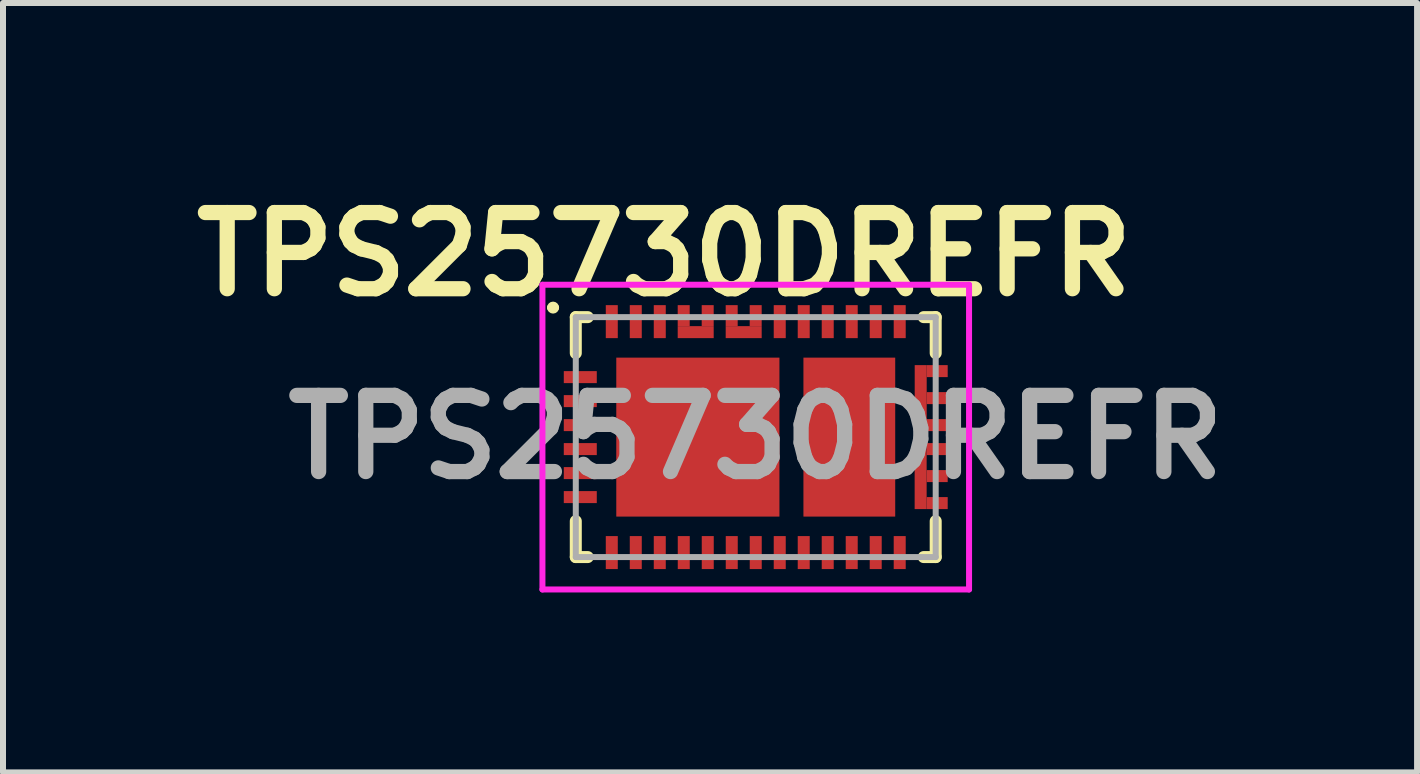
<source format=kicad_pcb>
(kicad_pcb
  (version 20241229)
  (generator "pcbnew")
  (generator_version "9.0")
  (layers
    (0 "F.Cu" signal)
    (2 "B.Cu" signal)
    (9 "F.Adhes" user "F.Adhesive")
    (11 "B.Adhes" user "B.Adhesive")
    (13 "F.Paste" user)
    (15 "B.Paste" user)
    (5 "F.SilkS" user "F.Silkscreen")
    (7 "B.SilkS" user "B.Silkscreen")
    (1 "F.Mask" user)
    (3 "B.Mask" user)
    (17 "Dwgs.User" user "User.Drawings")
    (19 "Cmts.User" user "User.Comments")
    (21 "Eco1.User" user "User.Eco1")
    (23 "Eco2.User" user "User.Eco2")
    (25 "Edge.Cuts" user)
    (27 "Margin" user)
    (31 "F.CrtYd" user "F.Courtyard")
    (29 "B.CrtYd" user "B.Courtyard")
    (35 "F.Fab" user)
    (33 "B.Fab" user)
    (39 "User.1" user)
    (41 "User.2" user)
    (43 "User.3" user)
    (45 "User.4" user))
  (footprint "TPS25730DREFR"
    (layer "F.Cu")
    (at 9.549 4.237)
    (property "Reference" "TPS25730DREFR" (at -1.524 -3.048 0) (layer "F.SilkS") (effects (font (size 1.27 1.27) (thickness 0.254))))
    (attr smd)
    (fp_line (start -3.429 -2.159) (end -3.429 -2.159) (stroke (width 0.1) (type solid)) (layer "F.SilkS"))
    (fp_line (start -3.329 -2.159) (end -3.329 -2.159) (stroke (width 0.1) (type solid)) (layer "F.SilkS"))
    (fp_line (start -3 -2) (end -2.8 -2) (stroke (width 0.2) (type solid)) (layer "F.SilkS"))
    (fp_line (start -3 -1.4) (end -3 -2) (stroke (width 0.2) (type solid)) (layer "F.SilkS"))
    (fp_line (start -3 1.4) (end -3 2) (stroke (width 0.2) (type solid)) (layer "F.SilkS"))
    (fp_line (start -3 2) (end -2.8 2) (stroke (width 0.2) (type solid)) (layer "F.SilkS"))
    (fp_line (start 2.8 -2) (end 3 -2) (stroke (width 0.2) (type solid)) (layer "F.SilkS"))
    (fp_line (start 2.8 2) (end 3 2) (stroke (width 0.2) (type solid)) (layer "F.SilkS"))
    (fp_line (start 3 -2) (end 3 -1.4) (stroke (width 0.2) (type solid)) (layer "F.SilkS"))
    (fp_line (start 3 2) (end 3 1.4) (stroke (width 0.2) (type solid)) (layer "F.SilkS"))
    (fp_arc (start -3.429 -2.159) (mid -3.379 -2.209) (end -3.329 -2.159) (stroke (width 0.1) (type solid)) (layer "F.SilkS"))
    (fp_arc (start -3.329 -2.159) (mid -3.379 -2.109) (end -3.429 -2.159) (stroke (width 0.1) (type solid)) (layer "F.SilkS"))
    (fp_line (start -3.556 -2.54) (end 3.556 -2.54) (stroke (width 0.1) (type solid)) (layer "F.CrtYd"))
    (fp_line (start -3.556 2.54) (end -3.556 -2.54) (stroke (width 0.1) (type solid)) (layer "F.CrtYd"))
    (fp_line (start 3.556 -2.54) (end 3.556 2.54) (stroke (width 0.1) (type solid)) (layer "F.CrtYd"))
    (fp_line (start 3.556 2.54) (end -3.556 2.54) (stroke (width 0.1) (type solid)) (layer "F.CrtYd"))
    (fp_line (start -3 -2) (end -3 2) (stroke (width 0.1) (type solid)) (layer "F.Fab"))
    (fp_line (start -3 2) (end 3 2) (stroke (width 0.1) (type solid)) (layer "F.Fab"))
    (fp_line (start 3 -2) (end -3 -2) (stroke (width 0.1) (type solid)) (layer "F.Fab"))
    (fp_line (start 3 2) (end 3 -2) (stroke (width 0.1) (type solid)) (layer "F.Fab"))
    (fp_text user "${REFERENCE}" (at 0 0 0) (layer "F.Fab") (effects (font (size 1.27 1.27) (thickness 0.254))))
    (pad "1" smd rect (at -2.925 -1 90) (size 0.2 0.55) (layers "F.Cu" "F.Mask" "F.Paste"))
    (pad "2" smd rect (at -2.925 -0.6 90) (size 0.2 0.55) (layers "F.Cu" "F.Mask" "F.Paste"))
    (pad "3" smd rect (at -2.925 -0.2 90) (size 0.2 0.55) (layers "F.Cu" "F.Mask" "F.Paste"))
    (pad "4" smd rect (at -2.925 0.2 90) (size 0.2 0.55) (layers "F.Cu" "F.Mask" "F.Paste"))
    (pad "5" smd rect (at -2.925 0.6 90) (size 0.2 0.55) (layers "F.Cu" "F.Mask" "F.Paste"))
    (pad "6" smd rect (at -2.925 1 90) (size 0.2 0.55) (layers "F.Cu" "F.Mask" "F.Paste"))
    (pad "7" smd rect (at -2.4 1.925) (size 0.2 0.55) (layers "F.Cu" "F.Mask" "F.Paste"))
    (pad "8" smd rect (at -2 1.925) (size 0.2 0.55) (layers "F.Cu" "F.Mask" "F.Paste"))
    (pad "9" smd rect (at -1.6 1.925) (size 0.2 0.55) (layers "F.Cu" "F.Mask" "F.Paste"))
    (pad "10" smd rect (at -1.2 1.925) (size 0.2 0.55) (layers "F.Cu" "F.Mask" "F.Paste"))
    (pad "11" smd rect (at -0.8 1.925) (size 0.2 0.55) (layers "F.Cu" "F.Mask" "F.Paste"))
    (pad "12" smd rect (at -0.4 1.925) (size 0.2 0.55) (layers "F.Cu" "F.Mask" "F.Paste"))
    (pad "13" smd rect (at 0 1.925) (size 0.2 0.55) (layers "F.Cu" "F.Mask" "F.Paste"))
    (pad "14" smd rect (at 0.4 1.925) (size 0.2 0.55) (layers "F.Cu" "F.Mask" "F.Paste"))
    (pad "15" smd rect (at 0.8 1.925) (size 0.2 0.55) (layers "F.Cu" "F.Mask" "F.Paste"))
    (pad "16" smd rect (at 1.2 1.925) (size 0.2 0.55) (layers "F.Cu" "F.Mask" "F.Paste"))
    (pad "17" smd rect (at 1.6 1.925) (size 0.2 0.55) (layers "F.Cu" "F.Mask" "F.Paste"))
    (pad "18" smd rect (at 2 1.925) (size 0.2 0.55) (layers "F.Cu" "F.Mask" "F.Paste"))
    (pad "19" smd rect (at 2.4 1.925) (size 0.2 0.55) (layers "F.Cu" "F.Mask" "F.Paste"))
    (pad "20" smd rect (at 3.025 1.1 90) (size 0.2 0.35) (layers "F.Cu" "F.Mask" "F.Paste"))
    (pad "21" smd rect (at 3.025 0.65 90) (size 0.2 0.35) (layers "F.Cu" "F.Mask" "F.Paste"))
    (pad "22" smd rect (at 3.025 0.2 90) (size 0.2 0.35) (layers "F.Cu" "F.Mask" "F.Paste"))
    (pad "23" smd rect (at 3.025 -0.2 90) (size 0.2 0.35) (layers "F.Cu" "F.Mask" "F.Paste"))
    (pad "24" smd rect (at 3.025 -0.65 90) (size 0.2 0.35) (layers "F.Cu" "F.Mask" "F.Paste"))
    (pad "25" smd rect (at 3.025 -1.1 90) (size 0.2 0.35) (layers "F.Cu" "F.Mask" "F.Paste"))
    (pad "26" smd rect (at 2.4 -1.925) (size 0.2 0.55) (layers "F.Cu" "F.Mask" "F.Paste"))
    (pad "27" smd rect (at 2 -1.925) (size 0.2 0.55) (layers "F.Cu" "F.Mask" "F.Paste"))
    (pad "28" smd rect (at 1.6 -1.925) (size 0.2 0.55) (layers "F.Cu" "F.Mask" "F.Paste"))
    (pad "29" smd rect (at 1.2 -1.925) (size 0.2 0.55) (layers "F.Cu" "F.Mask" "F.Paste"))
    (pad "30" smd rect (at 0.8 -1.925) (size 0.2 0.55) (layers "F.Cu" "F.Mask" "F.Paste"))
    (pad "31" smd rect (at 0.4 -1.925) (size 0.2 0.55) (layers "F.Cu" "F.Mask" "F.Paste"))
    (pad "32" smd rect (at -0.001 -2.025) (size 0.2 0.35) (layers "F.Cu" "F.Mask" "F.Paste"))
    (pad "33" smd rect (at -0.401 -2.025) (size 0.2 0.35) (layers "F.Cu" "F.Mask" "F.Paste"))
    (pad "34" smd rect (at -0.801 -2.025) (size 0.2 0.35) (layers "F.Cu" "F.Mask" "F.Paste"))
    (pad "35" smd rect (at -1.201 -2.025) (size 0.2 0.35) (layers "F.Cu" "F.Mask" "F.Paste"))
    (pad "36" smd rect (at -1.6 -1.925) (size 0.2 0.55) (layers "F.Cu" "F.Mask" "F.Paste"))
    (pad "37" smd rect (at -2 -1.925) (size 0.2 0.55) (layers "F.Cu" "F.Mask" "F.Paste"))
    (pad "38" smd rect (at -2.4 -1.925) (size 0.2 0.55) (layers "F.Cu" "F.Mask" "F.Paste"))
    (pad "39" smd rect (at -0.965 0 90) (size 2.65 2.72) (layers "F.Cu" "F.Mask" "F.Paste"))
    (pad "40" smd rect (at 1.56 0) (size 1.53 2.65) (layers "F.Cu" "F.Mask" "F.Paste"))
    (pad "41" smd rect (at 2.749 0.65) (size 0.2 1.1) (layers "F.Cu" "F.Mask" "F.Paste"))
    (pad "42" smd rect (at 2.75 -0.65) (size 0.2 1.1) (layers "F.Cu" "F.Mask" "F.Paste"))
    (pad "43" smd rect (at -0.201 -1.75 90) (size 0.2 0.6) (layers "F.Cu" "F.Mask" "F.Paste"))
    (pad "44" smd rect (at -1.001 -1.75 90) (size 0.2 0.6) (layers "F.Cu" "F.Mask" "F.Paste")))
  (gr_rect
    (start -3 -3)
    (end 20.574 9.827)
    (stroke (width 0.1) (type default))
    (fill no)
    (layer "Edge.Cuts")))
</source>
